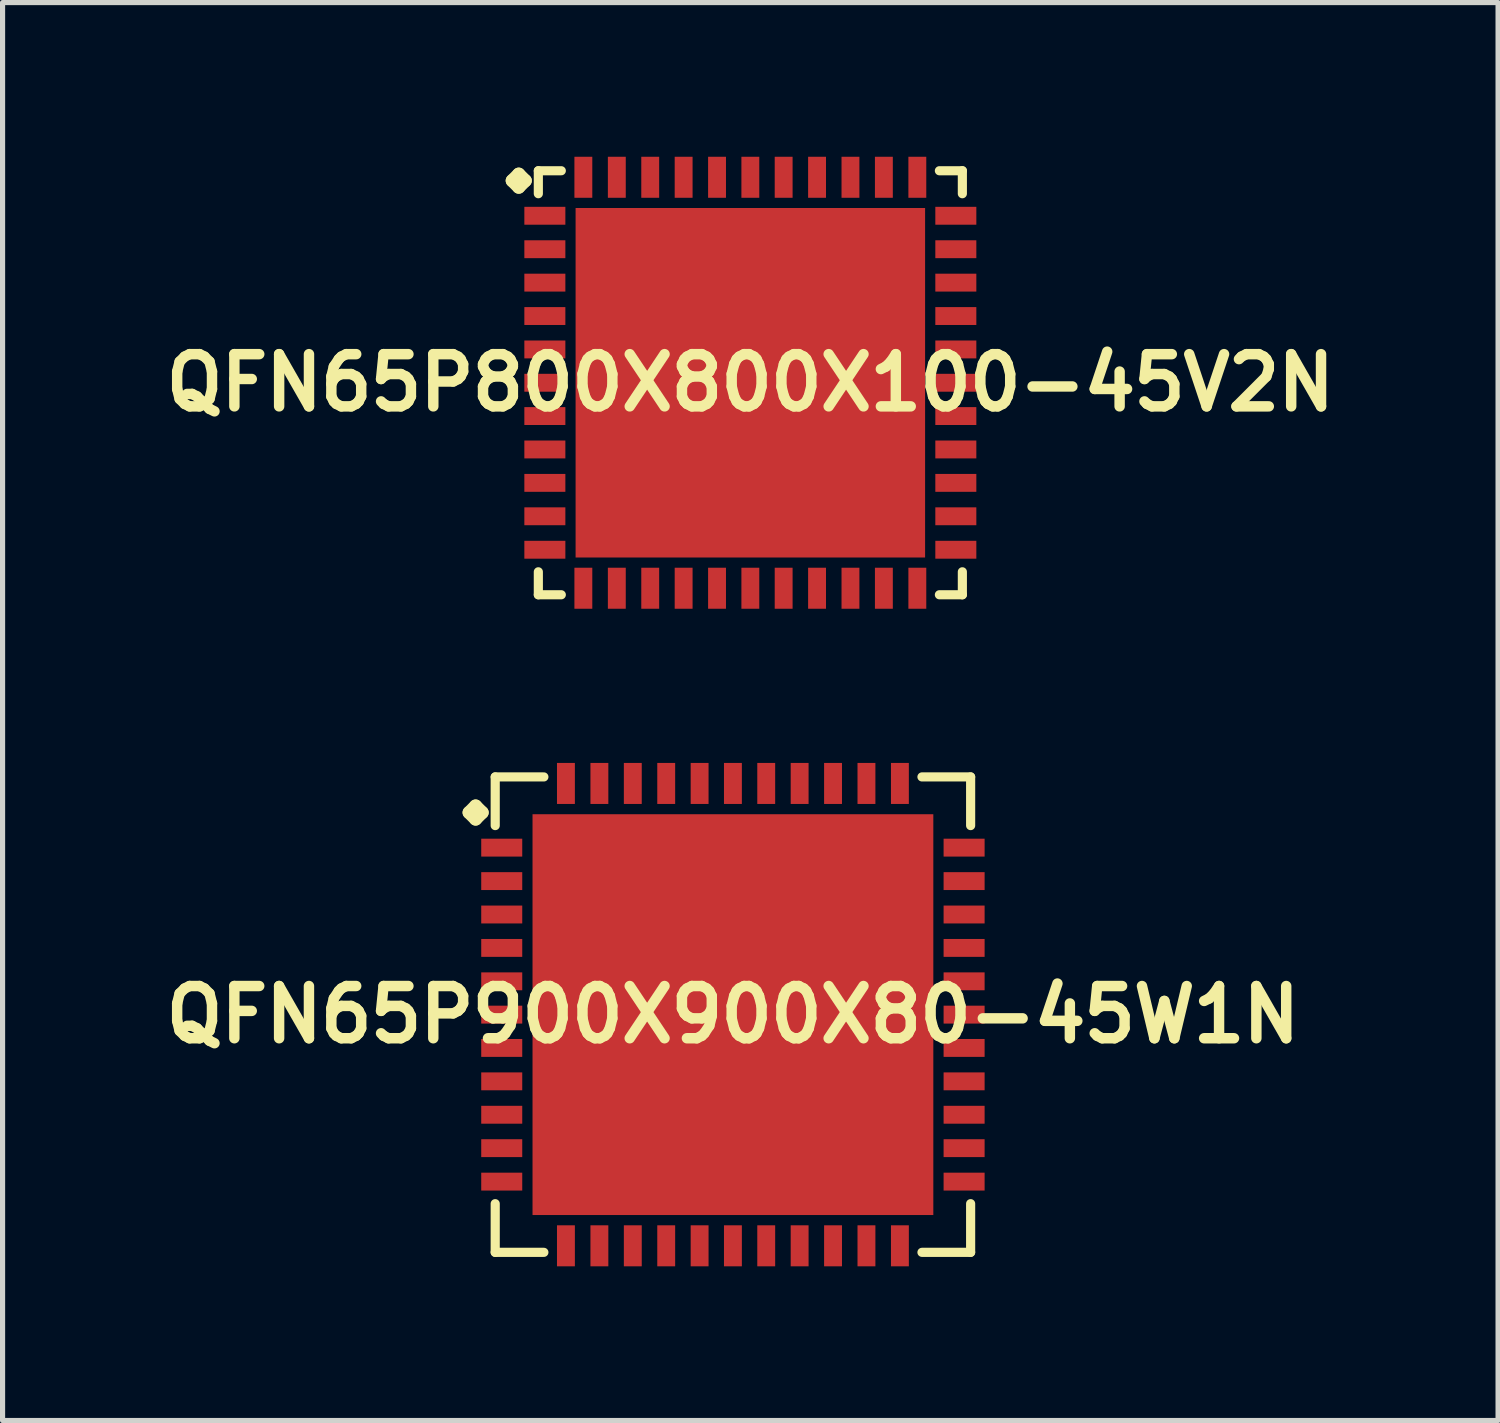
<source format=kicad_pcb>
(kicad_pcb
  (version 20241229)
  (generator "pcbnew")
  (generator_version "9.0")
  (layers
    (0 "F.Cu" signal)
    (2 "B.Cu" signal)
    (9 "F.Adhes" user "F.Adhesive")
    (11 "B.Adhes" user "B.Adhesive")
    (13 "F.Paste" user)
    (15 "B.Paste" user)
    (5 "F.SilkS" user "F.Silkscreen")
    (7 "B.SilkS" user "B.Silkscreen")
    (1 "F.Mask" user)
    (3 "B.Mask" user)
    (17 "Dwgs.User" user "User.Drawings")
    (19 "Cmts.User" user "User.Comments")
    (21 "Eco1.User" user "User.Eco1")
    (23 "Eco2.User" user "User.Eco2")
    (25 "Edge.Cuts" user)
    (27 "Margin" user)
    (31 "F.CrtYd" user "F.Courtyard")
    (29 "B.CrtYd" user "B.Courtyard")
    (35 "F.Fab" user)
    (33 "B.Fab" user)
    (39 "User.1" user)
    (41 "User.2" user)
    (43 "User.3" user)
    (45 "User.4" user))
  (footprint "QFN65P800X800X100-45V2N"
    (layer "F.Cu")
    (at 11.549 4.397)
    (property "Reference" "QFN65P800X800X100-45V2N" (at 0 0 0) (layer "F.SilkS") (effects (font (size 1.016 1.016) (thickness 0.203))))
    (attr smd)
    (fp_line (start -4.633 -3.932) (end -4.506 -4.059) (stroke (width 0.254) (type solid)) (layer "F.SilkS"))
    (fp_line (start -4.506 -4.059) (end -4.379 -3.932) (stroke (width 0.254) (type solid)) (layer "F.SilkS"))
    (fp_line (start -4.506 -3.805) (end -4.633 -3.932) (stroke (width 0.254) (type solid)) (layer "F.SilkS"))
    (fp_line (start -4.379 -3.932) (end -4.506 -3.805) (stroke (width 0.254) (type solid)) (layer "F.SilkS"))
    (fp_line (start -4.125 -4.125) (end -3.678 -4.125) (stroke (width 0.178) (type solid)) (layer "F.SilkS"))
    (fp_line (start -4.125 -3.678) (end -4.125 -4.125) (stroke (width 0.178) (type solid)) (layer "F.SilkS"))
    (fp_line (start -4.125 3.678) (end -4.125 4.125) (stroke (width 0.178) (type solid)) (layer "F.SilkS"))
    (fp_line (start -4.125 4.125) (end -3.678 4.125) (stroke (width 0.178) (type solid)) (layer "F.SilkS"))
    (fp_line (start 3.678 -4.125) (end 4.125 -4.125) (stroke (width 0.178) (type solid)) (layer "F.SilkS"))
    (fp_line (start 3.678 4.125) (end 4.125 4.125) (stroke (width 0.178) (type solid)) (layer "F.SilkS"))
    (fp_line (start 4.125 -4.125) (end 4.125 -3.678) (stroke (width 0.178) (type solid)) (layer "F.SilkS"))
    (fp_line (start 4.125 4.125) (end 4.125 3.678) (stroke (width 0.178) (type solid)) (layer "F.SilkS"))
    (pad "1" smd rect (at -3.998 -3.249) (size 0.798 0.348) (layers "F.Cu" "F.Mask" "F.Paste"))
    (pad "2" smd rect (at -3.998 -2.598) (size 0.798 0.348) (layers "F.Cu" "F.Mask" "F.Paste"))
    (pad "3" smd rect (at -3.998 -1.948) (size 0.798 0.348) (layers "F.Cu" "F.Mask" "F.Paste"))
    (pad "4" smd rect (at -3.998 -1.298) (size 0.798 0.348) (layers "F.Cu" "F.Mask" "F.Paste"))
    (pad "5" smd rect (at -3.998 -0.648) (size 0.798 0.348) (layers "F.Cu" "F.Mask" "F.Paste"))
    (pad "6" smd rect (at -3.998 0) (size 0.798 0.348) (layers "F.Cu" "F.Mask" "F.Paste"))
    (pad "7" smd rect (at -3.998 0.648) (size 0.798 0.348) (layers "F.Cu" "F.Mask" "F.Paste"))
    (pad "8" smd rect (at -3.998 1.298) (size 0.798 0.348) (layers "F.Cu" "F.Mask" "F.Paste"))
    (pad "9" smd rect (at -3.998 1.948) (size 0.798 0.348) (layers "F.Cu" "F.Mask" "F.Paste"))
    (pad "10" smd rect (at -3.998 2.598) (size 0.798 0.348) (layers "F.Cu" "F.Mask" "F.Paste"))
    (pad "11" smd rect (at -3.998 3.249) (size 0.798 0.348) (layers "F.Cu" "F.Mask" "F.Paste"))
    (pad "12" smd rect (at -3.249 3.998) (size 0.348 0.798) (layers "F.Cu" "F.Mask" "F.Paste"))
    (pad "13" smd rect (at -2.598 3.998) (size 0.348 0.798) (layers "F.Cu" "F.Mask" "F.Paste"))
    (pad "14" smd rect (at -1.948 3.998) (size 0.348 0.798) (layers "F.Cu" "F.Mask" "F.Paste"))
    (pad "15" smd rect (at -1.298 3.998) (size 0.348 0.798) (layers "F.Cu" "F.Mask" "F.Paste"))
    (pad "16" smd rect (at -0.648 3.998) (size 0.348 0.798) (layers "F.Cu" "F.Mask" "F.Paste"))
    (pad "17" smd rect (at 0 3.998) (size 0.348 0.798) (layers "F.Cu" "F.Mask" "F.Paste"))
    (pad "18" smd rect (at 0.648 3.998) (size 0.348 0.798) (layers "F.Cu" "F.Mask" "F.Paste"))
    (pad "19" smd rect (at 1.298 3.998) (size 0.348 0.798) (layers "F.Cu" "F.Mask" "F.Paste"))
    (pad "20" smd rect (at 1.948 3.998) (size 0.348 0.798) (layers "F.Cu" "F.Mask" "F.Paste"))
    (pad "21" smd rect (at 2.598 3.998) (size 0.348 0.798) (layers "F.Cu" "F.Mask" "F.Paste"))
    (pad "22" smd rect (at 3.249 3.998) (size 0.348 0.798) (layers "F.Cu" "F.Mask" "F.Paste"))
    (pad "23" smd rect (at 3.998 3.249) (size 0.798 0.348) (layers "F.Cu" "F.Mask" "F.Paste"))
    (pad "24" smd rect (at 3.998 2.598) (size 0.798 0.348) (layers "F.Cu" "F.Mask" "F.Paste"))
    (pad "25" smd rect (at 3.998 1.948) (size 0.798 0.348) (layers "F.Cu" "F.Mask" "F.Paste"))
    (pad "26" smd rect (at 3.998 1.298) (size 0.798 0.348) (layers "F.Cu" "F.Mask" "F.Paste"))
    (pad "27" smd rect (at 3.998 0.648) (size 0.798 0.348) (layers "F.Cu" "F.Mask" "F.Paste"))
    (pad "28" smd rect (at 3.998 0) (size 0.798 0.348) (layers "F.Cu" "F.Mask" "F.Paste"))
    (pad "29" smd rect (at 3.998 -0.648) (size 0.798 0.348) (layers "F.Cu" "F.Mask" "F.Paste"))
    (pad "30" smd rect (at 3.998 -1.298) (size 0.798 0.348) (layers "F.Cu" "F.Mask" "F.Paste"))
    (pad "31" smd rect (at 3.998 -1.948) (size 0.798 0.348) (layers "F.Cu" "F.Mask" "F.Paste"))
    (pad "32" smd rect (at 3.998 -2.598) (size 0.798 0.348) (layers "F.Cu" "F.Mask" "F.Paste"))
    (pad "33" smd rect (at 3.998 -3.249) (size 0.798 0.348) (layers "F.Cu" "F.Mask" "F.Paste"))
    (pad "34" smd rect (at 3.249 -3.998) (size 0.348 0.798) (layers "F.Cu" "F.Mask" "F.Paste"))
    (pad "35" smd rect (at 2.598 -3.998) (size 0.348 0.798) (layers "F.Cu" "F.Mask" "F.Paste"))
    (pad "36" smd rect (at 1.948 -3.998) (size 0.348 0.798) (layers "F.Cu" "F.Mask" "F.Paste"))
    (pad "37" smd rect (at 1.298 -3.998) (size 0.348 0.798) (layers "F.Cu" "F.Mask" "F.Paste"))
    (pad "38" smd rect (at 0.648 -3.998) (size 0.348 0.798) (layers "F.Cu" "F.Mask" "F.Paste"))
    (pad "39" smd rect (at 0 -3.998) (size 0.348 0.798) (layers "F.Cu" "F.Mask" "F.Paste"))
    (pad "40" smd rect (at -0.648 -3.998) (size 0.348 0.798) (layers "F.Cu" "F.Mask" "F.Paste"))
    (pad "41" smd rect (at -1.298 -3.998) (size 0.348 0.798) (layers "F.Cu" "F.Mask" "F.Paste"))
    (pad "42" smd rect (at -1.948 -3.998) (size 0.348 0.798) (layers "F.Cu" "F.Mask" "F.Paste"))
    (pad "43" smd rect (at -2.598 -3.998) (size 0.348 0.798) (layers "F.Cu" "F.Mask" "F.Paste"))
    (pad "44" smd rect (at -3.249 -3.998) (size 0.348 0.798) (layers "F.Cu" "F.Mask" "F.Paste"))
    (pad "45" smd rect (at 0 0) (size 6.8 6.8) (layers "F.Cu" "F.Mask" "F.Paste")))
  (footprint "QFN65P900X900X80-45W1N"
    (layer "F.Cu")
    (at 11.21 16.691)
    (property "Reference" "QFN65P900X900X80-45W1N" (at 0 0 0) (layer "F.SilkS") (effects (font (size 1.016 1.016) (thickness 0.203))))
    (attr smd)
    (fp_line (start -5.133 -3.932) (end -5.006 -4.059) (stroke (width 0.254) (type solid)) (layer "F.SilkS"))
    (fp_line (start -5.006 -4.059) (end -4.879 -3.932) (stroke (width 0.254) (type solid)) (layer "F.SilkS"))
    (fp_line (start -5.006 -3.805) (end -5.133 -3.932) (stroke (width 0.254) (type solid)) (layer "F.SilkS"))
    (fp_line (start -4.879 -3.932) (end -5.006 -3.805) (stroke (width 0.254) (type solid)) (layer "F.SilkS"))
    (fp_line (start -4.625 -4.625) (end -3.678 -4.625) (stroke (width 0.178) (type solid)) (layer "F.SilkS"))
    (fp_line (start -4.625 -3.678) (end -4.625 -4.625) (stroke (width 0.178) (type solid)) (layer "F.SilkS"))
    (fp_line (start -4.625 3.678) (end -4.625 4.625) (stroke (width 0.178) (type solid)) (layer "F.SilkS"))
    (fp_line (start -4.625 4.625) (end -3.678 4.625) (stroke (width 0.178) (type solid)) (layer "F.SilkS"))
    (fp_line (start 3.678 -4.625) (end 4.625 -4.625) (stroke (width 0.178) (type solid)) (layer "F.SilkS"))
    (fp_line (start 3.678 4.625) (end 4.625 4.625) (stroke (width 0.178) (type solid)) (layer "F.SilkS"))
    (fp_line (start 4.625 -4.625) (end 4.625 -3.678) (stroke (width 0.178) (type solid)) (layer "F.SilkS"))
    (fp_line (start 4.625 4.625) (end 4.625 3.678) (stroke (width 0.178) (type solid)) (layer "F.SilkS"))
    (pad "1" smd rect (at -4.498 -3.249) (size 0.798 0.348) (layers "F.Cu" "F.Mask" "F.Paste"))
    (pad "2" smd rect (at -4.498 -2.598) (size 0.798 0.348) (layers "F.Cu" "F.Mask" "F.Paste"))
    (pad "3" smd rect (at -4.498 -1.948) (size 0.798 0.348) (layers "F.Cu" "F.Mask" "F.Paste"))
    (pad "4" smd rect (at -4.498 -1.298) (size 0.798 0.348) (layers "F.Cu" "F.Mask" "F.Paste"))
    (pad "5" smd rect (at -4.498 -0.648) (size 0.798 0.348) (layers "F.Cu" "F.Mask" "F.Paste"))
    (pad "6" smd rect (at -4.498 0) (size 0.798 0.348) (layers "F.Cu" "F.Mask" "F.Paste"))
    (pad "7" smd rect (at -4.498 0.648) (size 0.798 0.348) (layers "F.Cu" "F.Mask" "F.Paste"))
    (pad "8" smd rect (at -4.498 1.298) (size 0.798 0.348) (layers "F.Cu" "F.Mask" "F.Paste"))
    (pad "9" smd rect (at -4.498 1.948) (size 0.798 0.348) (layers "F.Cu" "F.Mask" "F.Paste"))
    (pad "10" smd rect (at -4.498 2.598) (size 0.798 0.348) (layers "F.Cu" "F.Mask" "F.Paste"))
    (pad "11" smd rect (at -4.498 3.249) (size 0.798 0.348) (layers "F.Cu" "F.Mask" "F.Paste"))
    (pad "12" smd rect (at -3.249 4.498) (size 0.348 0.798) (layers "F.Cu" "F.Mask" "F.Paste"))
    (pad "13" smd rect (at -2.598 4.498) (size 0.348 0.798) (layers "F.Cu" "F.Mask" "F.Paste"))
    (pad "14" smd rect (at -1.948 4.498) (size 0.348 0.798) (layers "F.Cu" "F.Mask" "F.Paste"))
    (pad "15" smd rect (at -1.298 4.498) (size 0.348 0.798) (layers "F.Cu" "F.Mask" "F.Paste"))
    (pad "16" smd rect (at -0.648 4.498) (size 0.348 0.798) (layers "F.Cu" "F.Mask" "F.Paste"))
    (pad "17" smd rect (at 0 4.498) (size 0.348 0.798) (layers "F.Cu" "F.Mask" "F.Paste"))
    (pad "18" smd rect (at 0.648 4.498) (size 0.348 0.798) (layers "F.Cu" "F.Mask" "F.Paste"))
    (pad "19" smd rect (at 1.298 4.498) (size 0.348 0.798) (layers "F.Cu" "F.Mask" "F.Paste"))
    (pad "20" smd rect (at 1.948 4.498) (size 0.348 0.798) (layers "F.Cu" "F.Mask" "F.Paste"))
    (pad "21" smd rect (at 2.598 4.498) (size 0.348 0.798) (layers "F.Cu" "F.Mask" "F.Paste"))
    (pad "22" smd rect (at 3.249 4.498) (size 0.348 0.798) (layers "F.Cu" "F.Mask" "F.Paste"))
    (pad "23" smd rect (at 4.498 3.249) (size 0.798 0.348) (layers "F.Cu" "F.Mask" "F.Paste"))
    (pad "24" smd rect (at 4.498 2.598) (size 0.798 0.348) (layers "F.Cu" "F.Mask" "F.Paste"))
    (pad "25" smd rect (at 4.498 1.948) (size 0.798 0.348) (layers "F.Cu" "F.Mask" "F.Paste"))
    (pad "26" smd rect (at 4.498 1.298) (size 0.798 0.348) (layers "F.Cu" "F.Mask" "F.Paste"))
    (pad "27" smd rect (at 4.498 0.648) (size 0.798 0.348) (layers "F.Cu" "F.Mask" "F.Paste"))
    (pad "28" smd rect (at 4.498 0) (size 0.798 0.348) (layers "F.Cu" "F.Mask" "F.Paste"))
    (pad "29" smd rect (at 4.498 -0.648) (size 0.798 0.348) (layers "F.Cu" "F.Mask" "F.Paste"))
    (pad "30" smd rect (at 4.498 -1.298) (size 0.798 0.348) (layers "F.Cu" "F.Mask" "F.Paste"))
    (pad "31" smd rect (at 4.498 -1.948) (size 0.798 0.348) (layers "F.Cu" "F.Mask" "F.Paste"))
    (pad "32" smd rect (at 4.498 -2.598) (size 0.798 0.348) (layers "F.Cu" "F.Mask" "F.Paste"))
    (pad "33" smd rect (at 4.498 -3.249) (size 0.798 0.348) (layers "F.Cu" "F.Mask" "F.Paste"))
    (pad "34" smd rect (at 3.249 -4.498) (size 0.348 0.798) (layers "F.Cu" "F.Mask" "F.Paste"))
    (pad "35" smd rect (at 2.598 -4.498) (size 0.348 0.798) (layers "F.Cu" "F.Mask" "F.Paste"))
    (pad "36" smd rect (at 1.948 -4.498) (size 0.348 0.798) (layers "F.Cu" "F.Mask" "F.Paste"))
    (pad "37" smd rect (at 1.298 -4.498) (size 0.348 0.798) (layers "F.Cu" "F.Mask" "F.Paste"))
    (pad "38" smd rect (at 0.648 -4.498) (size 0.348 0.798) (layers "F.Cu" "F.Mask" "F.Paste"))
    (pad "39" smd rect (at 0 -4.498) (size 0.348 0.798) (layers "F.Cu" "F.Mask" "F.Paste"))
    (pad "40" smd rect (at -0.648 -4.498) (size 0.348 0.798) (layers "F.Cu" "F.Mask" "F.Paste"))
    (pad "41" smd rect (at -1.298 -4.498) (size 0.348 0.798) (layers "F.Cu" "F.Mask" "F.Paste"))
    (pad "42" smd rect (at -1.948 -4.498) (size 0.348 0.798) (layers "F.Cu" "F.Mask" "F.Paste"))
    (pad "43" smd rect (at -2.598 -4.498) (size 0.348 0.798) (layers "F.Cu" "F.Mask" "F.Paste"))
    (pad "44" smd rect (at -3.249 -4.498) (size 0.348 0.798) (layers "F.Cu" "F.Mask" "F.Paste"))
    (pad "45" smd rect (at 0 0) (size 7.798 7.798) (layers "F.Cu" "F.Mask" "F.Paste")))
  (gr_rect
    (start -3 -3)
    (end 26.097 24.588)
    (stroke (width 0.1) (type default))
    (fill no)
    (layer "Edge.Cuts")))
</source>
